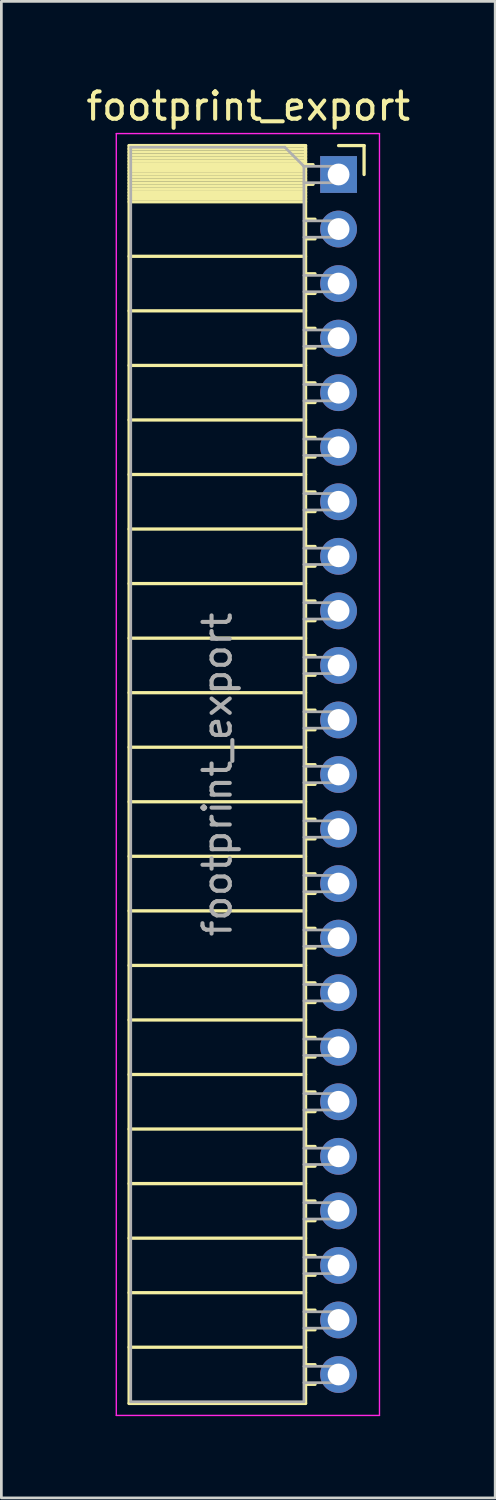
<source format=kicad_pcb>
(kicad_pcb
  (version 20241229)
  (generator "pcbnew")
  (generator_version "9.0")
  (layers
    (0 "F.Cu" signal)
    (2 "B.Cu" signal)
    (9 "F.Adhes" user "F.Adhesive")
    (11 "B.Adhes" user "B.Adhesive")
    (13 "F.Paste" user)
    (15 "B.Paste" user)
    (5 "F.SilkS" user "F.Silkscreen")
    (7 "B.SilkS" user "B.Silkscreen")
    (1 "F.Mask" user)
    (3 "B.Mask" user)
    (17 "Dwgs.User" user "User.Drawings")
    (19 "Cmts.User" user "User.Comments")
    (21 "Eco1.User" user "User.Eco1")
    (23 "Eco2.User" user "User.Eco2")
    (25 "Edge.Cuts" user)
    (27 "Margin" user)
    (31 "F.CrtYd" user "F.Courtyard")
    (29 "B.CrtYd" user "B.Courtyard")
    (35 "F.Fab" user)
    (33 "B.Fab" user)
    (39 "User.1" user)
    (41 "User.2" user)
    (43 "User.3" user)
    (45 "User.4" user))
  (footprint "footprint_export"
    (layer "F.Cu")
    (at 9.364 3.348)
    (property "Reference" "footprint_export" (at -3.31 -2.5 0) (layer "F.SilkS") (effects (font (size 1 1) (thickness 0.15))))
    (attr through_hole)
    (fp_line (start -7.68 -1.06) (end -7.68 45.06) (stroke (width 0.12) (type solid)) (layer "F.SilkS"))
    (fp_line (start -7.68 -1.06) (end -1.21 -1.06) (stroke (width 0.12) (type solid)) (layer "F.SilkS"))
    (fp_line (start -7.68 -0.94) (end -1.21 -0.94) (stroke (width 0.12) (type solid)) (layer "F.SilkS"))
    (fp_line (start -7.68 -0.826) (end -1.21 -0.826) (stroke (width 0.12) (type solid)) (layer "F.SilkS"))
    (fp_line (start -7.68 -0.712) (end -1.21 -0.712) (stroke (width 0.12) (type solid)) (layer "F.SilkS"))
    (fp_line (start -7.68 -0.598) (end -1.21 -0.598) (stroke (width 0.12) (type solid)) (layer "F.SilkS"))
    (fp_line (start -7.68 -0.484) (end -1.21 -0.484) (stroke (width 0.12) (type solid)) (layer "F.SilkS"))
    (fp_line (start -7.68 -0.369) (end -1.21 -0.369) (stroke (width 0.12) (type solid)) (layer "F.SilkS"))
    (fp_line (start -7.68 -0.255) (end -1.21 -0.255) (stroke (width 0.12) (type solid)) (layer "F.SilkS"))
    (fp_line (start -7.68 -0.141) (end -1.21 -0.141) (stroke (width 0.12) (type solid)) (layer "F.SilkS"))
    (fp_line (start -7.68 -0.027) (end -1.21 -0.027) (stroke (width 0.12) (type solid)) (layer "F.SilkS"))
    (fp_line (start -7.68 0.087) (end -1.21 0.087) (stroke (width 0.12) (type solid)) (layer "F.SilkS"))
    (fp_line (start -7.68 0.201) (end -1.21 0.201) (stroke (width 0.12) (type solid)) (layer "F.SilkS"))
    (fp_line (start -7.68 0.315) (end -1.21 0.315) (stroke (width 0.12) (type solid)) (layer "F.SilkS"))
    (fp_line (start -7.68 0.429) (end -1.21 0.429) (stroke (width 0.12) (type solid)) (layer "F.SilkS"))
    (fp_line (start -7.68 0.544) (end -1.21 0.544) (stroke (width 0.12) (type solid)) (layer "F.SilkS"))
    (fp_line (start -7.68 0.658) (end -1.21 0.658) (stroke (width 0.12) (type solid)) (layer "F.SilkS"))
    (fp_line (start -7.68 0.772) (end -1.21 0.772) (stroke (width 0.12) (type solid)) (layer "F.SilkS"))
    (fp_line (start -7.68 0.886) (end -1.21 0.886) (stroke (width 0.12) (type solid)) (layer "F.SilkS"))
    (fp_line (start -7.68 1) (end -1.21 1) (stroke (width 0.12) (type solid)) (layer "F.SilkS"))
    (fp_line (start -7.68 3) (end -1.21 3) (stroke (width 0.12) (type solid)) (layer "F.SilkS"))
    (fp_line (start -7.68 5) (end -1.21 5) (stroke (width 0.12) (type solid)) (layer "F.SilkS"))
    (fp_line (start -7.68 7) (end -1.21 7) (stroke (width 0.12) (type solid)) (layer "F.SilkS"))
    (fp_line (start -7.68 9) (end -1.21 9) (stroke (width 0.12) (type solid)) (layer "F.SilkS"))
    (fp_line (start -7.68 11) (end -1.21 11) (stroke (width 0.12) (type solid)) (layer "F.SilkS"))
    (fp_line (start -7.68 13) (end -1.21 13) (stroke (width 0.12) (type solid)) (layer "F.SilkS"))
    (fp_line (start -7.68 15) (end -1.21 15) (stroke (width 0.12) (type solid)) (layer "F.SilkS"))
    (fp_line (start -7.68 17) (end -1.21 17) (stroke (width 0.12) (type solid)) (layer "F.SilkS"))
    (fp_line (start -7.68 19) (end -1.21 19) (stroke (width 0.12) (type solid)) (layer "F.SilkS"))
    (fp_line (start -7.68 21) (end -1.21 21) (stroke (width 0.12) (type solid)) (layer "F.SilkS"))
    (fp_line (start -7.68 23) (end -1.21 23) (stroke (width 0.12) (type solid)) (layer "F.SilkS"))
    (fp_line (start -7.68 25) (end -1.21 25) (stroke (width 0.12) (type solid)) (layer "F.SilkS"))
    (fp_line (start -7.68 27) (end -1.21 27) (stroke (width 0.12) (type solid)) (layer "F.SilkS"))
    (fp_line (start -7.68 29) (end -1.21 29) (stroke (width 0.12) (type solid)) (layer "F.SilkS"))
    (fp_line (start -7.68 31) (end -1.21 31) (stroke (width 0.12) (type solid)) (layer "F.SilkS"))
    (fp_line (start -7.68 33) (end -1.21 33) (stroke (width 0.12) (type solid)) (layer "F.SilkS"))
    (fp_line (start -7.68 35) (end -1.21 35) (stroke (width 0.12) (type solid)) (layer "F.SilkS"))
    (fp_line (start -7.68 37) (end -1.21 37) (stroke (width 0.12) (type solid)) (layer "F.SilkS"))
    (fp_line (start -7.68 39) (end -1.21 39) (stroke (width 0.12) (type solid)) (layer "F.SilkS"))
    (fp_line (start -7.68 41) (end -1.21 41) (stroke (width 0.12) (type solid)) (layer "F.SilkS"))
    (fp_line (start -7.68 43) (end -1.21 43) (stroke (width 0.12) (type solid)) (layer "F.SilkS"))
    (fp_line (start -7.68 45.06) (end -1.21 45.06) (stroke (width 0.12) (type solid)) (layer "F.SilkS"))
    (fp_line (start -1.21 -1.06) (end -1.21 45.06) (stroke (width 0.12) (type solid)) (layer "F.SilkS"))
    (fp_line (start -1.21 -0.36) (end -0.935 -0.36) (stroke (width 0.12) (type solid)) (layer "F.SilkS"))
    (fp_line (start -1.21 0.36) (end -0.935 0.36) (stroke (width 0.12) (type solid)) (layer "F.SilkS"))
    (fp_line (start -1.21 1.64) (end -0.863 1.64) (stroke (width 0.12) (type solid)) (layer "F.SilkS"))
    (fp_line (start -1.21 2.36) (end -0.863 2.36) (stroke (width 0.12) (type solid)) (layer "F.SilkS"))
    (fp_line (start -1.21 3.64) (end -0.863 3.64) (stroke (width 0.12) (type solid)) (layer "F.SilkS"))
    (fp_line (start -1.21 4.36) (end -0.863 4.36) (stroke (width 0.12) (type solid)) (layer "F.SilkS"))
    (fp_line (start -1.21 5.64) (end -0.863 5.64) (stroke (width 0.12) (type solid)) (layer "F.SilkS"))
    (fp_line (start -1.21 6.36) (end -0.863 6.36) (stroke (width 0.12) (type solid)) (layer "F.SilkS"))
    (fp_line (start -1.21 7.64) (end -0.863 7.64) (stroke (width 0.12) (type solid)) (layer "F.SilkS"))
    (fp_line (start -1.21 8.36) (end -0.863 8.36) (stroke (width 0.12) (type solid)) (layer "F.SilkS"))
    (fp_line (start -1.21 9.64) (end -0.863 9.64) (stroke (width 0.12) (type solid)) (layer "F.SilkS"))
    (fp_line (start -1.21 10.36) (end -0.863 10.36) (stroke (width 0.12) (type solid)) (layer "F.SilkS"))
    (fp_line (start -1.21 11.64) (end -0.863 11.64) (stroke (width 0.12) (type solid)) (layer "F.SilkS"))
    (fp_line (start -1.21 12.36) (end -0.863 12.36) (stroke (width 0.12) (type solid)) (layer "F.SilkS"))
    (fp_line (start -1.21 13.64) (end -0.863 13.64) (stroke (width 0.12) (type solid)) (layer "F.SilkS"))
    (fp_line (start -1.21 14.36) (end -0.863 14.36) (stroke (width 0.12) (type solid)) (layer "F.SilkS"))
    (fp_line (start -1.21 15.64) (end -0.863 15.64) (stroke (width 0.12) (type solid)) (layer "F.SilkS"))
    (fp_line (start -1.21 16.36) (end -0.863 16.36) (stroke (width 0.12) (type solid)) (layer "F.SilkS"))
    (fp_line (start -1.21 17.64) (end -0.863 17.64) (stroke (width 0.12) (type solid)) (layer "F.SilkS"))
    (fp_line (start -1.21 18.36) (end -0.863 18.36) (stroke (width 0.12) (type solid)) (layer "F.SilkS"))
    (fp_line (start -1.21 19.64) (end -0.863 19.64) (stroke (width 0.12) (type solid)) (layer "F.SilkS"))
    (fp_line (start -1.21 20.36) (end -0.863 20.36) (stroke (width 0.12) (type solid)) (layer "F.SilkS"))
    (fp_line (start -1.21 21.64) (end -0.863 21.64) (stroke (width 0.12) (type solid)) (layer "F.SilkS"))
    (fp_line (start -1.21 22.36) (end -0.863 22.36) (stroke (width 0.12) (type solid)) (layer "F.SilkS"))
    (fp_line (start -1.21 23.64) (end -0.863 23.64) (stroke (width 0.12) (type solid)) (layer "F.SilkS"))
    (fp_line (start -1.21 24.36) (end -0.863 24.36) (stroke (width 0.12) (type solid)) (layer "F.SilkS"))
    (fp_line (start -1.21 25.64) (end -0.863 25.64) (stroke (width 0.12) (type solid)) (layer "F.SilkS"))
    (fp_line (start -1.21 26.36) (end -0.863 26.36) (stroke (width 0.12) (type solid)) (layer "F.SilkS"))
    (fp_line (start -1.21 27.64) (end -0.863 27.64) (stroke (width 0.12) (type solid)) (layer "F.SilkS"))
    (fp_line (start -1.21 28.36) (end -0.863 28.36) (stroke (width 0.12) (type solid)) (layer "F.SilkS"))
    (fp_line (start -1.21 29.64) (end -0.863 29.64) (stroke (width 0.12) (type solid)) (layer "F.SilkS"))
    (fp_line (start -1.21 30.36) (end -0.863 30.36) (stroke (width 0.12) (type solid)) (layer "F.SilkS"))
    (fp_line (start -1.21 31.64) (end -0.863 31.64) (stroke (width 0.12) (type solid)) (layer "F.SilkS"))
    (fp_line (start -1.21 32.36) (end -0.863 32.36) (stroke (width 0.12) (type solid)) (layer "F.SilkS"))
    (fp_line (start -1.21 33.64) (end -0.863 33.64) (stroke (width 0.12) (type solid)) (layer "F.SilkS"))
    (fp_line (start -1.21 34.36) (end -0.863 34.36) (stroke (width 0.12) (type solid)) (layer "F.SilkS"))
    (fp_line (start -1.21 35.64) (end -0.863 35.64) (stroke (width 0.12) (type solid)) (layer "F.SilkS"))
    (fp_line (start -1.21 36.36) (end -0.863 36.36) (stroke (width 0.12) (type solid)) (layer "F.SilkS"))
    (fp_line (start -1.21 37.64) (end -0.863 37.64) (stroke (width 0.12) (type solid)) (layer "F.SilkS"))
    (fp_line (start -1.21 38.36) (end -0.863 38.36) (stroke (width 0.12) (type solid)) (layer "F.SilkS"))
    (fp_line (start -1.21 39.64) (end -0.863 39.64) (stroke (width 0.12) (type solid)) (layer "F.SilkS"))
    (fp_line (start -1.21 40.36) (end -0.863 40.36) (stroke (width 0.12) (type solid)) (layer "F.SilkS"))
    (fp_line (start -1.21 41.64) (end -0.863 41.64) (stroke (width 0.12) (type solid)) (layer "F.SilkS"))
    (fp_line (start -1.21 42.36) (end -0.863 42.36) (stroke (width 0.12) (type solid)) (layer "F.SilkS"))
    (fp_line (start -1.21 43.64) (end -0.863 43.64) (stroke (width 0.12) (type solid)) (layer "F.SilkS"))
    (fp_line (start -1.21 44.36) (end -0.863 44.36) (stroke (width 0.12) (type solid)) (layer "F.SilkS"))
    (fp_line (start 0 -1.06) (end 0.935 -1.06) (stroke (width 0.12) (type solid)) (layer "F.SilkS"))
    (fp_line (start 0.935 -1.06) (end 0.935 0) (stroke (width 0.12) (type solid)) (layer "F.SilkS"))
    (fp_line (start -8.15 -1.5) (end -8.15 45.5) (stroke (width 0.05) (type solid)) (layer "F.CrtYd"))
    (fp_line (start -8.15 45.5) (end 1.5 45.5) (stroke (width 0.05) (type solid)) (layer "F.CrtYd"))
    (fp_line (start 1.5 -1.5) (end -8.15 -1.5) (stroke (width 0.05) (type solid)) (layer "F.CrtYd"))
    (fp_line (start 1.5 45.5) (end 1.5 -1.5) (stroke (width 0.05) (type solid)) (layer "F.CrtYd"))
    (fp_line (start -7.62 -1) (end -1.97 -1) (stroke (width 0.1) (type solid)) (layer "F.Fab"))
    (fp_line (start -7.62 45) (end -7.62 -1) (stroke (width 0.1) (type solid)) (layer "F.Fab"))
    (fp_line (start -1.97 -1) (end -1.27 -0.3) (stroke (width 0.1) (type solid)) (layer "F.Fab"))
    (fp_line (start -1.27 -0.3) (end -1.27 45) (stroke (width 0.1) (type solid)) (layer "F.Fab"))
    (fp_line (start -1.27 0.3) (end 0 0.3) (stroke (width 0.1) (type solid)) (layer "F.Fab"))
    (fp_line (start -1.27 2.3) (end 0 2.3) (stroke (width 0.1) (type solid)) (layer "F.Fab"))
    (fp_line (start -1.27 4.3) (end 0 4.3) (stroke (width 0.1) (type solid)) (layer "F.Fab"))
    (fp_line (start -1.27 6.3) (end 0 6.3) (stroke (width 0.1) (type solid)) (layer "F.Fab"))
    (fp_line (start -1.27 8.3) (end 0 8.3) (stroke (width 0.1) (type solid)) (layer "F.Fab"))
    (fp_line (start -1.27 10.3) (end 0 10.3) (stroke (width 0.1) (type solid)) (layer "F.Fab"))
    (fp_line (start -1.27 12.3) (end 0 12.3) (stroke (width 0.1) (type solid)) (layer "F.Fab"))
    (fp_line (start -1.27 14.3) (end 0 14.3) (stroke (width 0.1) (type solid)) (layer "F.Fab"))
    (fp_line (start -1.27 16.3) (end 0 16.3) (stroke (width 0.1) (type solid)) (layer "F.Fab"))
    (fp_line (start -1.27 18.3) (end 0 18.3) (stroke (width 0.1) (type solid)) (layer "F.Fab"))
    (fp_line (start -1.27 20.3) (end 0 20.3) (stroke (width 0.1) (type solid)) (layer "F.Fab"))
    (fp_line (start -1.27 22.3) (end 0 22.3) (stroke (width 0.1) (type solid)) (layer "F.Fab"))
    (fp_line (start -1.27 24.3) (end 0 24.3) (stroke (width 0.1) (type solid)) (layer "F.Fab"))
    (fp_line (start -1.27 26.3) (end 0 26.3) (stroke (width 0.1) (type solid)) (layer "F.Fab"))
    (fp_line (start -1.27 28.3) (end 0 28.3) (stroke (width 0.1) (type solid)) (layer "F.Fab"))
    (fp_line (start -1.27 30.3) (end 0 30.3) (stroke (width 0.1) (type solid)) (layer "F.Fab"))
    (fp_line (start -1.27 32.3) (end 0 32.3) (stroke (width 0.1) (type solid)) (layer "F.Fab"))
    (fp_line (start -1.27 34.3) (end 0 34.3) (stroke (width 0.1) (type solid)) (layer "F.Fab"))
    (fp_line (start -1.27 36.3) (end 0 36.3) (stroke (width 0.1) (type solid)) (layer "F.Fab"))
    (fp_line (start -1.27 38.3) (end 0 38.3) (stroke (width 0.1) (type solid)) (layer "F.Fab"))
    (fp_line (start -1.27 40.3) (end 0 40.3) (stroke (width 0.1) (type solid)) (layer "F.Fab"))
    (fp_line (start -1.27 42.3) (end 0 42.3) (stroke (width 0.1) (type solid)) (layer "F.Fab"))
    (fp_line (start -1.27 44.3) (end 0 44.3) (stroke (width 0.1) (type solid)) (layer "F.Fab"))
    (fp_line (start -1.27 45) (end -7.62 45) (stroke (width 0.1) (type solid)) (layer "F.Fab"))
    (fp_line (start 0 -0.3) (end -1.27 -0.3) (stroke (width 0.1) (type solid)) (layer "F.Fab"))
    (fp_line (start 0 0.3) (end 0 -0.3) (stroke (width 0.1) (type solid)) (layer "F.Fab"))
    (fp_line (start 0 1.7) (end -1.27 1.7) (stroke (width 0.1) (type solid)) (layer "F.Fab"))
    (fp_line (start 0 2.3) (end 0 1.7) (stroke (width 0.1) (type solid)) (layer "F.Fab"))
    (fp_line (start 0 3.7) (end -1.27 3.7) (stroke (width 0.1) (type solid)) (layer "F.Fab"))
    (fp_line (start 0 4.3) (end 0 3.7) (stroke (width 0.1) (type solid)) (layer "F.Fab"))
    (fp_line (start 0 5.7) (end -1.27 5.7) (stroke (width 0.1) (type solid)) (layer "F.Fab"))
    (fp_line (start 0 6.3) (end 0 5.7) (stroke (width 0.1) (type solid)) (layer "F.Fab"))
    (fp_line (start 0 7.7) (end -1.27 7.7) (stroke (width 0.1) (type solid)) (layer "F.Fab"))
    (fp_line (start 0 8.3) (end 0 7.7) (stroke (width 0.1) (type solid)) (layer "F.Fab"))
    (fp_line (start 0 9.7) (end -1.27 9.7) (stroke (width 0.1) (type solid)) (layer "F.Fab"))
    (fp_line (start 0 10.3) (end 0 9.7) (stroke (width 0.1) (type solid)) (layer "F.Fab"))
    (fp_line (start 0 11.7) (end -1.27 11.7) (stroke (width 0.1) (type solid)) (layer "F.Fab"))
    (fp_line (start 0 12.3) (end 0 11.7) (stroke (width 0.1) (type solid)) (layer "F.Fab"))
    (fp_line (start 0 13.7) (end -1.27 13.7) (stroke (width 0.1) (type solid)) (layer "F.Fab"))
    (fp_line (start 0 14.3) (end 0 13.7) (stroke (width 0.1) (type solid)) (layer "F.Fab"))
    (fp_line (start 0 15.7) (end -1.27 15.7) (stroke (width 0.1) (type solid)) (layer "F.Fab"))
    (fp_line (start 0 16.3) (end 0 15.7) (stroke (width 0.1) (type solid)) (layer "F.Fab"))
    (fp_line (start 0 17.7) (end -1.27 17.7) (stroke (width 0.1) (type solid)) (layer "F.Fab"))
    (fp_line (start 0 18.3) (end 0 17.7) (stroke (width 0.1) (type solid)) (layer "F.Fab"))
    (fp_line (start 0 19.7) (end -1.27 19.7) (stroke (width 0.1) (type solid)) (layer "F.Fab"))
    (fp_line (start 0 20.3) (end 0 19.7) (stroke (width 0.1) (type solid)) (layer "F.Fab"))
    (fp_line (start 0 21.7) (end -1.27 21.7) (stroke (width 0.1) (type solid)) (layer "F.Fab"))
    (fp_line (start 0 22.3) (end 0 21.7) (stroke (width 0.1) (type solid)) (layer "F.Fab"))
    (fp_line (start 0 23.7) (end -1.27 23.7) (stroke (width 0.1) (type solid)) (layer "F.Fab"))
    (fp_line (start 0 24.3) (end 0 23.7) (stroke (width 0.1) (type solid)) (layer "F.Fab"))
    (fp_line (start 0 25.7) (end -1.27 25.7) (stroke (width 0.1) (type solid)) (layer "F.Fab"))
    (fp_line (start 0 26.3) (end 0 25.7) (stroke (width 0.1) (type solid)) (layer "F.Fab"))
    (fp_line (start 0 27.7) (end -1.27 27.7) (stroke (width 0.1) (type solid)) (layer "F.Fab"))
    (fp_line (start 0 28.3) (end 0 27.7) (stroke (width 0.1) (type solid)) (layer "F.Fab"))
    (fp_line (start 0 29.7) (end -1.27 29.7) (stroke (width 0.1) (type solid)) (layer "F.Fab"))
    (fp_line (start 0 30.3) (end 0 29.7) (stroke (width 0.1) (type solid)) (layer "F.Fab"))
    (fp_line (start 0 31.7) (end -1.27 31.7) (stroke (width 0.1) (type solid)) (layer "F.Fab"))
    (fp_line (start 0 32.3) (end 0 31.7) (stroke (width 0.1) (type solid)) (layer "F.Fab"))
    (fp_line (start 0 33.7) (end -1.27 33.7) (stroke (width 0.1) (type solid)) (layer "F.Fab"))
    (fp_line (start 0 34.3) (end 0 33.7) (stroke (width 0.1) (type solid)) (layer "F.Fab"))
    (fp_line (start 0 35.7) (end -1.27 35.7) (stroke (width 0.1) (type solid)) (layer "F.Fab"))
    (fp_line (start 0 36.3) (end 0 35.7) (stroke (width 0.1) (type solid)) (layer "F.Fab"))
    (fp_line (start 0 37.7) (end -1.27 37.7) (stroke (width 0.1) (type solid)) (layer "F.Fab"))
    (fp_line (start 0 38.3) (end 0 37.7) (stroke (width 0.1) (type solid)) (layer "F.Fab"))
    (fp_line (start 0 39.7) (end -1.27 39.7) (stroke (width 0.1) (type solid)) (layer "F.Fab"))
    (fp_line (start 0 40.3) (end 0 39.7) (stroke (width 0.1) (type solid)) (layer "F.Fab"))
    (fp_line (start 0 41.7) (end -1.27 41.7) (stroke (width 0.1) (type solid)) (layer "F.Fab"))
    (fp_line (start 0 42.3) (end 0 41.7) (stroke (width 0.1) (type solid)) (layer "F.Fab"))
    (fp_line (start 0 43.7) (end -1.27 43.7) (stroke (width 0.1) (type solid)) (layer "F.Fab"))
    (fp_line (start 0 44.3) (end 0 43.7) (stroke (width 0.1) (type solid)) (layer "F.Fab"))
    (fp_text user "${REFERENCE}" (at -4.445 22 90) (layer "F.Fab") (effects (font (size 1 1) (thickness 0.15))))
    (pad "1" thru_hole rect (at 0 0) (size 1.35 1.35) (drill 0.8) (layers "*.Cu" "*.Mask"))
    (pad "2" thru_hole oval (at 0 2) (size 1.35 1.35) (drill 0.8) (layers "*.Cu" "*.Mask"))
    (pad "3" thru_hole oval (at 0 4) (size 1.35 1.35) (drill 0.8) (layers "*.Cu" "*.Mask"))
    (pad "4" thru_hole oval (at 0 6) (size 1.35 1.35) (drill 0.8) (layers "*.Cu" "*.Mask"))
    (pad "5" thru_hole oval (at 0 8) (size 1.35 1.35) (drill 0.8) (layers "*.Cu" "*.Mask"))
    (pad "6" thru_hole oval (at 0 10) (size 1.35 1.35) (drill 0.8) (layers "*.Cu" "*.Mask"))
    (pad "7" thru_hole oval (at 0 12) (size 1.35 1.35) (drill 0.8) (layers "*.Cu" "*.Mask"))
    (pad "8" thru_hole oval (at 0 14) (size 1.35 1.35) (drill 0.8) (layers "*.Cu" "*.Mask"))
    (pad "9" thru_hole oval (at 0 16) (size 1.35 1.35) (drill 0.8) (layers "*.Cu" "*.Mask"))
    (pad "10" thru_hole oval (at 0 18) (size 1.35 1.35) (drill 0.8) (layers "*.Cu" "*.Mask"))
    (pad "11" thru_hole oval (at 0 20) (size 1.35 1.35) (drill 0.8) (layers "*.Cu" "*.Mask"))
    (pad "12" thru_hole oval (at 0 22) (size 1.35 1.35) (drill 0.8) (layers "*.Cu" "*.Mask"))
    (pad "13" thru_hole oval (at 0 24) (size 1.35 1.35) (drill 0.8) (layers "*.Cu" "*.Mask"))
    (pad "14" thru_hole oval (at 0 26) (size 1.35 1.35) (drill 0.8) (layers "*.Cu" "*.Mask"))
    (pad "15" thru_hole oval (at 0 28) (size 1.35 1.35) (drill 0.8) (layers "*.Cu" "*.Mask"))
    (pad "16" thru_hole oval (at 0 30) (size 1.35 1.35) (drill 0.8) (layers "*.Cu" "*.Mask"))
    (pad "17" thru_hole oval (at 0 32) (size 1.35 1.35) (drill 0.8) (layers "*.Cu" "*.Mask"))
    (pad "18" thru_hole oval (at 0 34) (size 1.35 1.35) (drill 0.8) (layers "*.Cu" "*.Mask"))
    (pad "19" thru_hole oval (at 0 36) (size 1.35 1.35) (drill 0.8) (layers "*.Cu" "*.Mask"))
    (pad "20" thru_hole oval (at 0 38) (size 1.35 1.35) (drill 0.8) (layers "*.Cu" "*.Mask"))
    (pad "21" thru_hole oval (at 0 40) (size 1.35 1.35) (drill 0.8) (layers "*.Cu" "*.Mask"))
    (pad "22" thru_hole oval (at 0 42) (size 1.35 1.35) (drill 0.8) (layers "*.Cu" "*.Mask"))
    (pad "23" thru_hole oval (at 0 44) (size 1.35 1.35) (drill 0.8) (layers "*.Cu" "*.Mask")))
  (gr_rect
    (start -3 -3)
    (end 15.107 51.873)
    (stroke (width 0.1) (type default))
    (fill no)
    (layer "Edge.Cuts")))
</source>
